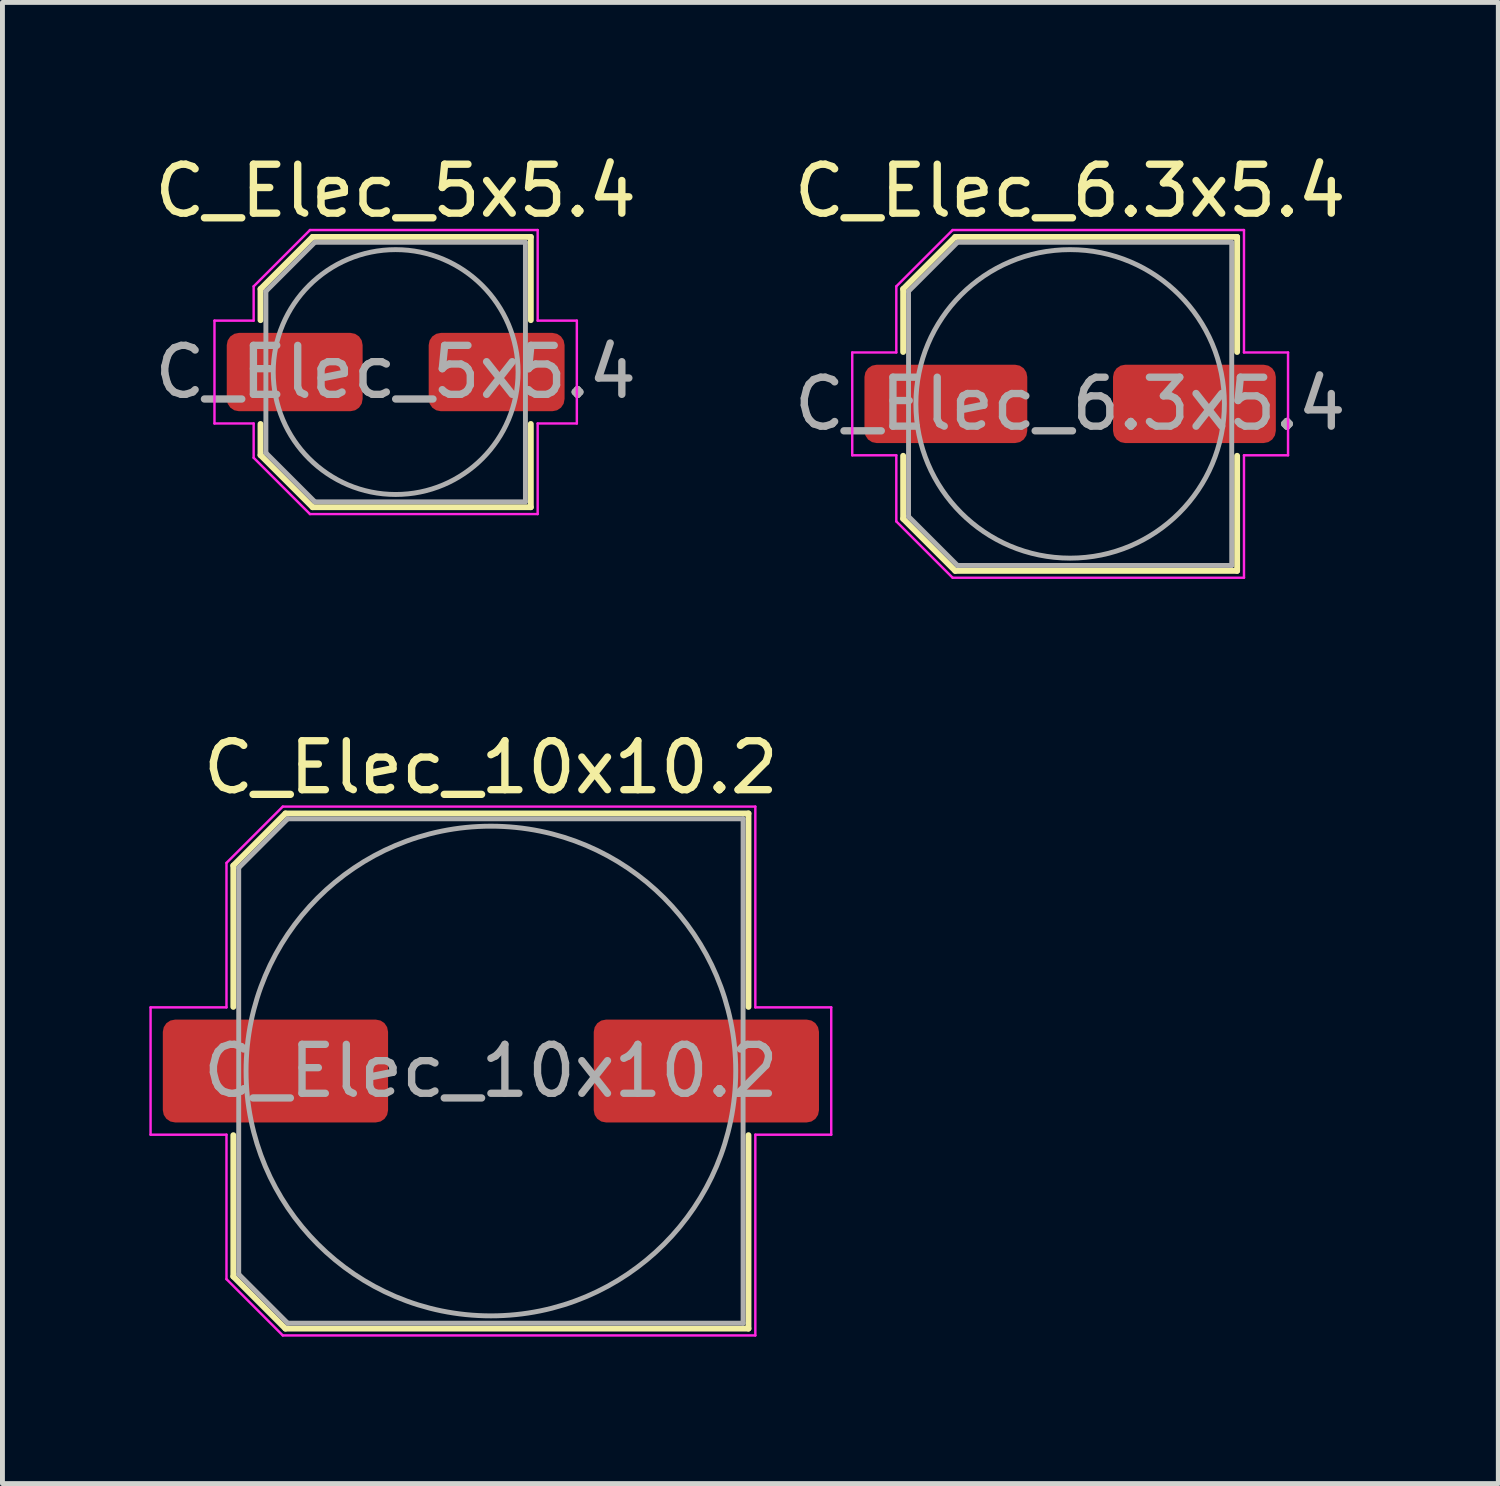
<source format=kicad_pcb>
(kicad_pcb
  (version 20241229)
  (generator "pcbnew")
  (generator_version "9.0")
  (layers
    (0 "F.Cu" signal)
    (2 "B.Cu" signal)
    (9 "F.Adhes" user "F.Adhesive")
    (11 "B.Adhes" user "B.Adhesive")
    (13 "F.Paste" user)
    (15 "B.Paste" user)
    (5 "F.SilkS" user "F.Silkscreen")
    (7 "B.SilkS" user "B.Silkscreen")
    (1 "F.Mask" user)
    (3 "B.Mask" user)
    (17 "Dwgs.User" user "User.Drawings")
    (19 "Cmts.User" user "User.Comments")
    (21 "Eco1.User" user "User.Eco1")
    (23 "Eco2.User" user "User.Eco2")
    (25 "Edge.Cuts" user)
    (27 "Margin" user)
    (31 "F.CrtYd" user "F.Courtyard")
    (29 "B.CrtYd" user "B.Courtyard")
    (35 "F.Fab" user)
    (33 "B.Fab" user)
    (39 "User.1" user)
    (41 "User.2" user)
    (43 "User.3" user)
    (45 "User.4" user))
  (footprint "C_Elec_10x10.2"
    (layer "F.Cu")
    (at 6.975 18.822)
    (property "Reference" "C_Elec_10x10.2" (at 0 -6.2 0) (layer "F.SilkS") (effects (font (size 1 1) (thickness 0.15))))
    (attr smd)
    (fp_line (start -5.26 -4.196) (end -5.26 -1.31) (stroke (width 0.12) (type solid)) (layer "F.SilkS"))
    (fp_line (start -5.26 -4.196) (end -4.196 -5.26) (stroke (width 0.12) (type solid)) (layer "F.SilkS"))
    (fp_line (start -5.26 4.196) (end -5.26 1.31) (stroke (width 0.12) (type solid)) (layer "F.SilkS"))
    (fp_line (start -5.26 4.196) (end -4.196 5.26) (stroke (width 0.12) (type solid)) (layer "F.SilkS"))
    (fp_line (start -4.196 -5.26) (end 5.26 -5.26) (stroke (width 0.12) (type solid)) (layer "F.SilkS"))
    (fp_line (start -4.196 5.26) (end 5.26 5.26) (stroke (width 0.12) (type solid)) (layer "F.SilkS"))
    (fp_line (start 5.26 -5.26) (end 5.26 -1.31) (stroke (width 0.12) (type solid)) (layer "F.SilkS"))
    (fp_line (start 5.26 5.26) (end 5.26 1.31) (stroke (width 0.12) (type solid)) (layer "F.SilkS"))
    (fp_line (start -6.95 -1.3) (end -6.95 1.3) (stroke (width 0.05) (type solid)) (layer "F.CrtYd"))
    (fp_line (start -6.95 1.3) (end -5.4 1.3) (stroke (width 0.05) (type solid)) (layer "F.CrtYd"))
    (fp_line (start -5.4 -4.25) (end -5.4 -1.3) (stroke (width 0.05) (type solid)) (layer "F.CrtYd"))
    (fp_line (start -5.4 -4.25) (end -4.25 -5.4) (stroke (width 0.05) (type solid)) (layer "F.CrtYd"))
    (fp_line (start -5.4 -1.3) (end -6.95 -1.3) (stroke (width 0.05) (type solid)) (layer "F.CrtYd"))
    (fp_line (start -5.4 1.3) (end -5.4 4.25) (stroke (width 0.05) (type solid)) (layer "F.CrtYd"))
    (fp_line (start -5.4 4.25) (end -4.25 5.4) (stroke (width 0.05) (type solid)) (layer "F.CrtYd"))
    (fp_line (start -4.25 -5.4) (end 5.4 -5.4) (stroke (width 0.05) (type solid)) (layer "F.CrtYd"))
    (fp_line (start -4.25 5.4) (end 5.4 5.4) (stroke (width 0.05) (type solid)) (layer "F.CrtYd"))
    (fp_line (start 5.4 -5.4) (end 5.4 -1.3) (stroke (width 0.05) (type solid)) (layer "F.CrtYd"))
    (fp_line (start 5.4 -1.3) (end 6.95 -1.3) (stroke (width 0.05) (type solid)) (layer "F.CrtYd"))
    (fp_line (start 5.4 1.3) (end 5.4 5.4) (stroke (width 0.05) (type solid)) (layer "F.CrtYd"))
    (fp_line (start 6.95 -1.3) (end 6.95 1.3) (stroke (width 0.05) (type solid)) (layer "F.CrtYd"))
    (fp_line (start 6.95 1.3) (end 5.4 1.3) (stroke (width 0.05) (type solid)) (layer "F.CrtYd"))
    (fp_line (start -5.15 -4.15) (end -5.15 4.15) (stroke (width 0.1) (type solid)) (layer "F.Fab"))
    (fp_line (start -5.15 -4.15) (end -4.15 -5.15) (stroke (width 0.1) (type solid)) (layer "F.Fab"))
    (fp_line (start -5.15 4.15) (end -4.15 5.15) (stroke (width 0.1) (type solid)) (layer "F.Fab"))
    (fp_line (start -4.15 -5.15) (end 5.15 -5.15) (stroke (width 0.1) (type solid)) (layer "F.Fab"))
    (fp_line (start -4.15 5.15) (end 5.15 5.15) (stroke (width 0.1) (type solid)) (layer "F.Fab"))
    (fp_line (start 5.15 -5.15) (end 5.15 5.15) (stroke (width 0.1) (type solid)) (layer "F.Fab"))
    (fp_circle (center 0 0) (end 5 0) (stroke (width 0.1) (type solid)) (fill no) (layer "F.Fab"))
    (fp_text user "${REFERENCE}" (at 0 0 0) (layer "F.Fab") (effects (font (size 1 1) (thickness 0.15))))
    (pad "1" smd roundrect (at -4.4 0) (size 4.6 2.1) (layers "F.Cu" "F.Mask" "F.Paste") (roundrect_rratio 0.119))
    (pad "2" smd roundrect (at 4.4 0) (size 4.6 2.1) (layers "F.Cu" "F.Mask" "F.Paste") (roundrect_rratio 0.119)))
  (footprint "C_Elec_5x5.4"
    (layer "F.Cu")
    (at 5.03 4.548)
    (property "Reference" "C_Elec_5x5.4" (at 0 -3.7 0) (layer "F.SilkS") (effects (font (size 1 1) (thickness 0.15))))
    (attr smd)
    (fp_line (start -2.76 -1.696) (end -2.76 -1.06) (stroke (width 0.12) (type solid)) (layer "F.SilkS"))
    (fp_line (start -2.76 -1.696) (end -1.696 -2.76) (stroke (width 0.12) (type solid)) (layer "F.SilkS"))
    (fp_line (start -2.76 1.696) (end -2.76 1.06) (stroke (width 0.12) (type solid)) (layer "F.SilkS"))
    (fp_line (start -2.76 1.696) (end -1.696 2.76) (stroke (width 0.12) (type solid)) (layer "F.SilkS"))
    (fp_line (start -1.696 -2.76) (end 2.76 -2.76) (stroke (width 0.12) (type solid)) (layer "F.SilkS"))
    (fp_line (start -1.696 2.76) (end 2.76 2.76) (stroke (width 0.12) (type solid)) (layer "F.SilkS"))
    (fp_line (start 2.76 -2.76) (end 2.76 -1.06) (stroke (width 0.12) (type solid)) (layer "F.SilkS"))
    (fp_line (start 2.76 2.76) (end 2.76 1.06) (stroke (width 0.12) (type solid)) (layer "F.SilkS"))
    (fp_line (start -3.7 -1.05) (end -3.7 1.05) (stroke (width 0.05) (type solid)) (layer "F.CrtYd"))
    (fp_line (start -3.7 1.05) (end -2.9 1.05) (stroke (width 0.05) (type solid)) (layer "F.CrtYd"))
    (fp_line (start -2.9 -1.75) (end -2.9 -1.05) (stroke (width 0.05) (type solid)) (layer "F.CrtYd"))
    (fp_line (start -2.9 -1.75) (end -1.75 -2.9) (stroke (width 0.05) (type solid)) (layer "F.CrtYd"))
    (fp_line (start -2.9 -1.05) (end -3.7 -1.05) (stroke (width 0.05) (type solid)) (layer "F.CrtYd"))
    (fp_line (start -2.9 1.05) (end -2.9 1.75) (stroke (width 0.05) (type solid)) (layer "F.CrtYd"))
    (fp_line (start -2.9 1.75) (end -1.75 2.9) (stroke (width 0.05) (type solid)) (layer "F.CrtYd"))
    (fp_line (start -1.75 -2.9) (end 2.9 -2.9) (stroke (width 0.05) (type solid)) (layer "F.CrtYd"))
    (fp_line (start -1.75 2.9) (end 2.9 2.9) (stroke (width 0.05) (type solid)) (layer "F.CrtYd"))
    (fp_line (start 2.9 -2.9) (end 2.9 -1.05) (stroke (width 0.05) (type solid)) (layer "F.CrtYd"))
    (fp_line (start 2.9 -1.05) (end 3.7 -1.05) (stroke (width 0.05) (type solid)) (layer "F.CrtYd"))
    (fp_line (start 2.9 1.05) (end 2.9 2.9) (stroke (width 0.05) (type solid)) (layer "F.CrtYd"))
    (fp_line (start 3.7 -1.05) (end 3.7 1.05) (stroke (width 0.05) (type solid)) (layer "F.CrtYd"))
    (fp_line (start 3.7 1.05) (end 2.9 1.05) (stroke (width 0.05) (type solid)) (layer "F.CrtYd"))
    (fp_line (start -2.65 -1.65) (end -2.65 1.65) (stroke (width 0.1) (type solid)) (layer "F.Fab"))
    (fp_line (start -2.65 -1.65) (end -1.65 -2.65) (stroke (width 0.1) (type solid)) (layer "F.Fab"))
    (fp_line (start -2.65 1.65) (end -1.65 2.65) (stroke (width 0.1) (type solid)) (layer "F.Fab"))
    (fp_line (start -1.65 -2.65) (end 2.65 -2.65) (stroke (width 0.1) (type solid)) (layer "F.Fab"))
    (fp_line (start -1.65 2.65) (end 2.65 2.65) (stroke (width 0.1) (type solid)) (layer "F.Fab"))
    (fp_line (start 2.65 -2.65) (end 2.65 2.65) (stroke (width 0.1) (type solid)) (layer "F.Fab"))
    (fp_circle (center 0 0) (end 2.5 0) (stroke (width 0.1) (type solid)) (fill no) (layer "F.Fab"))
    (fp_text user "${REFERENCE}" (at 0 0 0) (layer "F.Fab") (effects (font (size 1 1) (thickness 0.15))))
    (pad "1" smd roundrect (at -2.062 0) (size 2.775 1.6) (layers "F.Cu" "F.Mask" "F.Paste") (roundrect_rratio 0.156))
    (pad "2" smd roundrect (at 2.062 0) (size 2.775 1.6) (layers "F.Cu" "F.Mask" "F.Paste") (roundrect_rratio 0.156)))
  (footprint "C_Elec_6.3x5.4"
    (layer "F.Cu")
    (at 18.804 5.198)
    (property "Reference" "C_Elec_6.3x5.4" (at 0 -4.35 0) (layer "F.SilkS") (effects (font (size 1 1) (thickness 0.15))))
    (attr smd)
    (fp_line (start -3.41 -2.346) (end -3.41 -1.06) (stroke (width 0.12) (type solid)) (layer "F.SilkS"))
    (fp_line (start -3.41 -2.346) (end -2.346 -3.41) (stroke (width 0.12) (type solid)) (layer "F.SilkS"))
    (fp_line (start -3.41 2.346) (end -3.41 1.06) (stroke (width 0.12) (type solid)) (layer "F.SilkS"))
    (fp_line (start -3.41 2.346) (end -2.346 3.41) (stroke (width 0.12) (type solid)) (layer "F.SilkS"))
    (fp_line (start -2.346 -3.41) (end 3.41 -3.41) (stroke (width 0.12) (type solid)) (layer "F.SilkS"))
    (fp_line (start -2.346 3.41) (end 3.41 3.41) (stroke (width 0.12) (type solid)) (layer "F.SilkS"))
    (fp_line (start 3.41 -3.41) (end 3.41 -1.06) (stroke (width 0.12) (type solid)) (layer "F.SilkS"))
    (fp_line (start 3.41 3.41) (end 3.41 1.06) (stroke (width 0.12) (type solid)) (layer "F.SilkS"))
    (fp_line (start -4.45 -1.05) (end -4.45 1.05) (stroke (width 0.05) (type solid)) (layer "F.CrtYd"))
    (fp_line (start -4.45 1.05) (end -3.55 1.05) (stroke (width 0.05) (type solid)) (layer "F.CrtYd"))
    (fp_line (start -3.55 -2.4) (end -3.55 -1.05) (stroke (width 0.05) (type solid)) (layer "F.CrtYd"))
    (fp_line (start -3.55 -2.4) (end -2.4 -3.55) (stroke (width 0.05) (type solid)) (layer "F.CrtYd"))
    (fp_line (start -3.55 -1.05) (end -4.45 -1.05) (stroke (width 0.05) (type solid)) (layer "F.CrtYd"))
    (fp_line (start -3.55 1.05) (end -3.55 2.4) (stroke (width 0.05) (type solid)) (layer "F.CrtYd"))
    (fp_line (start -3.55 2.4) (end -2.4 3.55) (stroke (width 0.05) (type solid)) (layer "F.CrtYd"))
    (fp_line (start -2.4 -3.55) (end 3.55 -3.55) (stroke (width 0.05) (type solid)) (layer "F.CrtYd"))
    (fp_line (start -2.4 3.55) (end 3.55 3.55) (stroke (width 0.05) (type solid)) (layer "F.CrtYd"))
    (fp_line (start 3.55 -3.55) (end 3.55 -1.05) (stroke (width 0.05) (type solid)) (layer "F.CrtYd"))
    (fp_line (start 3.55 -1.05) (end 4.45 -1.05) (stroke (width 0.05) (type solid)) (layer "F.CrtYd"))
    (fp_line (start 3.55 1.05) (end 3.55 3.55) (stroke (width 0.05) (type solid)) (layer "F.CrtYd"))
    (fp_line (start 4.45 -1.05) (end 4.45 1.05) (stroke (width 0.05) (type solid)) (layer "F.CrtYd"))
    (fp_line (start 4.45 1.05) (end 3.55 1.05) (stroke (width 0.05) (type solid)) (layer "F.CrtYd"))
    (fp_line (start -3.3 -2.3) (end -3.3 2.3) (stroke (width 0.1) (type solid)) (layer "F.Fab"))
    (fp_line (start -3.3 -2.3) (end -2.3 -3.3) (stroke (width 0.1) (type solid)) (layer "F.Fab"))
    (fp_line (start -3.3 2.3) (end -2.3 3.3) (stroke (width 0.1) (type solid)) (layer "F.Fab"))
    (fp_line (start -2.3 -3.3) (end 3.3 -3.3) (stroke (width 0.1) (type solid)) (layer "F.Fab"))
    (fp_line (start -2.3 3.3) (end 3.3 3.3) (stroke (width 0.1) (type solid)) (layer "F.Fab"))
    (fp_line (start 3.3 -3.3) (end 3.3 3.3) (stroke (width 0.1) (type solid)) (layer "F.Fab"))
    (fp_circle (center 0 0) (end 3.15 0) (stroke (width 0.1) (type solid)) (fill no) (layer "F.Fab"))
    (fp_text user "${REFERENCE}" (at 0 0 0) (layer "F.Fab") (effects (font (size 1 1) (thickness 0.15))))
    (pad "1" smd roundrect (at -2.538 0) (size 3.325 1.6) (layers "F.Cu" "F.Mask" "F.Paste") (roundrect_rratio 0.156))
    (pad "2" smd roundrect (at 2.538 0) (size 3.325 1.6) (layers "F.Cu" "F.Mask" "F.Paste") (roundrect_rratio 0.156)))
  (gr_rect
    (start -3 -3)
    (end 27.548 27.247)
    (stroke (width 0.1) (type default))
    (fill no)
    (layer "Edge.Cuts")))
</source>
